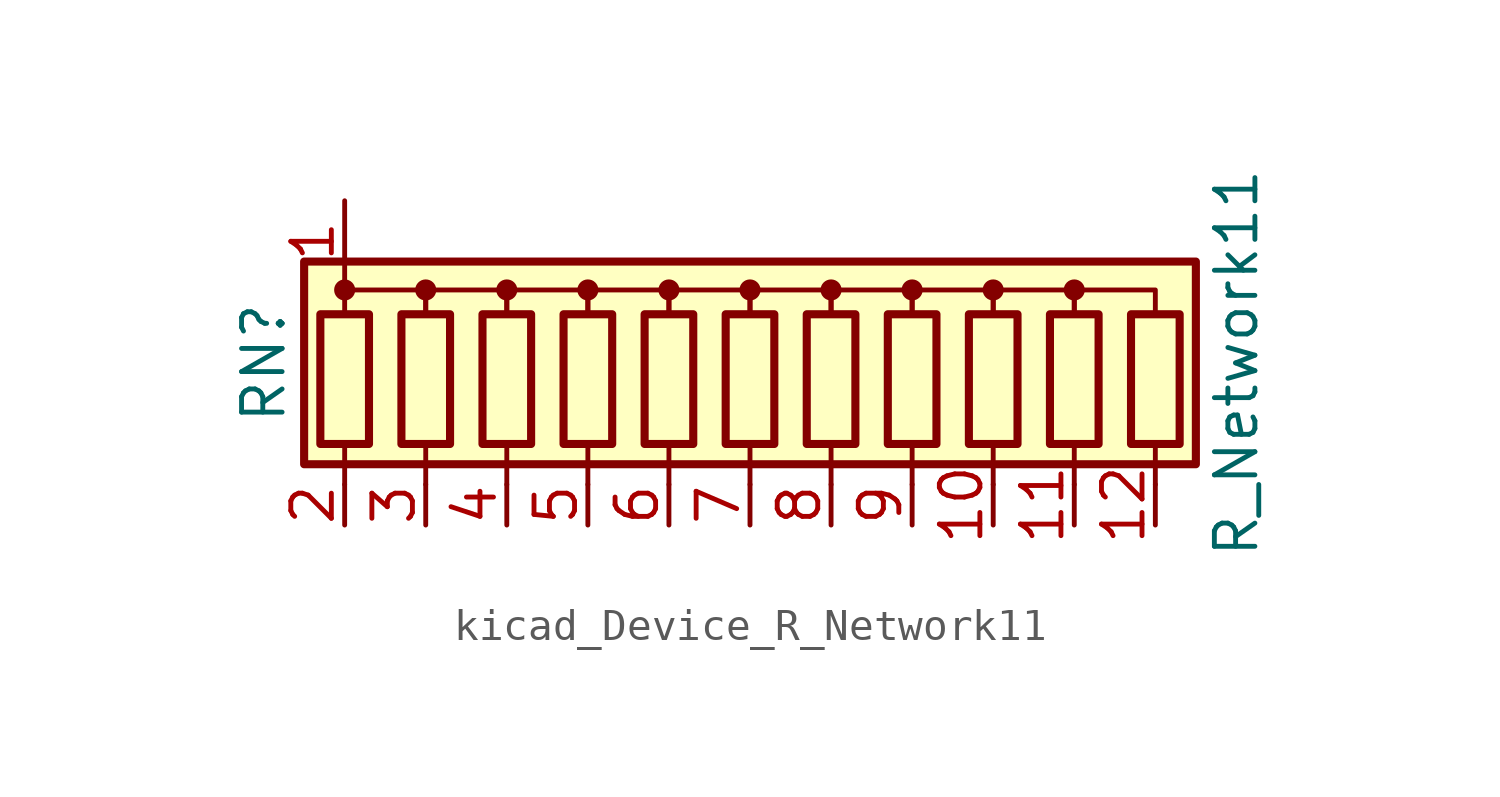
<source format=kicad_sym>
(kicad_symbol_lib
  (version 20220914)
  (generator kicad_symbol_editor)
  (symbol "kicad_Device_R_Network11"
    (pin_names
      (offset 0) hide)
    (property "Reference" "RN"
      (at -15.24 0 90)
      (effects (font (size 1.27 1.27))))
    (property "Value" "R_Network11"
      (at 15.24 0 90)
      (effects (font (size 1.27 1.27))))
    (symbol "kicad_Device_R_Network11_0_1"
      (rectangle (start -13.97 -3.175) (end 13.97 3.175) (stroke (width 0.254) (type default)) (fill (type background)))
      (rectangle (start -13.462 1.524) (end -11.938 -2.54) (stroke (width 0.254) (type default)) (fill (type none)))
      (circle (center -12.7 2.286) (radius 0.254) (stroke (width 0) (type default)) (fill (type outline)))
      (rectangle (start -10.922 1.524) (end -9.398 -2.54) (stroke (width 0.254) (type default)) (fill (type none)))
      (circle (center -10.16 2.286) (radius 0.254) (stroke (width 0) (type default)) (fill (type outline)))
      (rectangle (start -8.382 1.524) (end -6.858 -2.54) (stroke (width 0.254) (type default)) (fill (type none)))
      (circle (center -7.62 2.286) (radius 0.254) (stroke (width 0) (type default)) (fill (type outline)))
      (rectangle (start -5.842 1.524) (end -4.318 -2.54) (stroke (width 0.254) (type default)) (fill (type none)))
      (circle (center -5.08 2.286) (radius 0.254) (stroke (width 0) (type default)) (fill (type outline)))
      (rectangle (start -3.302 1.524) (end -1.778 -2.54) (stroke (width 0.254) (type default)) (fill (type none)))
      (circle (center -2.54 2.286) (radius 0.254) (stroke (width 0) (type default)) (fill (type outline)))
      (rectangle (start -0.762 1.524) (end 0.762 -2.54) (stroke (width 0.254) (type default)) (fill (type none)))
      (polyline (pts (xy -12.7 -2.54) (xy -12.7 -3.81)) (stroke (width 0) (type default)) (fill (type none)))
      (polyline (pts (xy -10.16 -2.54) (xy -10.16 -3.81)) (stroke (width 0) (type default)) (fill (type none)))
      (polyline (pts (xy -7.62 -2.54) (xy -7.62 -3.81)) (stroke (width 0) (type default)) (fill (type none)))
      (polyline (pts (xy -5.08 -2.54) (xy -5.08 -3.81)) (stroke (width 0) (type default)) (fill (type none)))
      (polyline (pts (xy -2.54 -2.54) (xy -2.54 -3.81)) (stroke (width 0) (type default)) (fill (type none)))
      (polyline (pts (xy 0 -2.54) (xy 0 -3.81)) (stroke (width 0) (type default)) (fill (type none)))
      (polyline (pts (xy 2.54 -2.54) (xy 2.54 -3.81)) (stroke (width 0) (type default)) (fill (type none)))
      (polyline (pts (xy 5.08 -2.54) (xy 5.08 -3.81)) (stroke (width 0) (type default)) (fill (type none)))
      (polyline (pts (xy 7.62 -2.54) (xy 7.62 -3.81)) (stroke (width 0) (type default)) (fill (type none)))
      (polyline (pts (xy 10.16 -2.54) (xy 10.16 -3.81)) (stroke (width 0) (type default)) (fill (type none)))
      (polyline (pts (xy 12.7 -2.54) (xy 12.7 -3.81)) (stroke (width 0) (type default)) (fill (type none)))
      (polyline (pts (xy -12.7 1.524) (xy -12.7 2.286) (xy -10.16 2.286) (xy -10.16 1.524)) (stroke (width 0) (type default)) (fill (type none)))
      (polyline (pts (xy -10.16 1.524) (xy -10.16 2.286) (xy -7.62 2.286) (xy -7.62 1.524)) (stroke (width 0) (type default)) (fill (type none)))
      (polyline (pts (xy -7.62 1.524) (xy -7.62 2.286) (xy -5.08 2.286) (xy -5.08 1.524)) (stroke (width 0) (type default)) (fill (type none)))
      (polyline (pts (xy -5.08 1.524) (xy -5.08 2.286) (xy -2.54 2.286) (xy -2.54 1.524)) (stroke (width 0) (type default)) (fill (type none)))
      (polyline (pts (xy -2.54 1.524) (xy -2.54 2.286) (xy 0 2.286) (xy 0 1.524)) (stroke (width 0) (type default)) (fill (type none)))
      (polyline (pts (xy 0 1.524) (xy 0 2.286) (xy 2.54 2.286) (xy 2.54 1.524)) (stroke (width 0) (type default)) (fill (type none)))
      (polyline (pts (xy 2.54 1.524) (xy 2.54 2.286) (xy 5.08 2.286) (xy 5.08 1.524)) (stroke (width 0) (type default)) (fill (type none)))
      (polyline (pts (xy 5.08 1.524) (xy 5.08 2.286) (xy 7.62 2.286) (xy 7.62 1.524)) (stroke (width 0) (type default)) (fill (type none)))
      (polyline (pts (xy 7.62 1.524) (xy 7.62 2.286) (xy 10.16 2.286) (xy 10.16 1.524)) (stroke (width 0) (type default)) (fill (type none)))
      (polyline (pts (xy 10.16 1.524) (xy 10.16 2.286) (xy 12.7 2.286) (xy 12.7 1.524)) (stroke (width 0) (type default)) (fill (type none)))
      (circle (center 0 2.286) (radius 0.254) (stroke (width 0) (type default)) (fill (type outline)))
      (rectangle (start 1.778 1.524) (end 3.302 -2.54) (stroke (width 0.254) (type default)) (fill (type none)))
      (circle (center 2.54 2.286) (radius 0.254) (stroke (width 0) (type default)) (fill (type outline)))
      (rectangle (start 4.318 1.524) (end 5.842 -2.54) (stroke (width 0.254) (type default)) (fill (type none)))
      (circle (center 5.08 2.286) (radius 0.254) (stroke (width 0) (type default)) (fill (type outline)))
      (rectangle (start 6.858 1.524) (end 8.382 -2.54) (stroke (width 0.254) (type default)) (fill (type none)))
      (circle (center 7.62 2.286) (radius 0.254) (stroke (width 0) (type default)) (fill (type outline)))
      (rectangle (start 9.398 1.524) (end 10.922 -2.54) (stroke (width 0.254) (type default)) (fill (type none)))
      (circle (center 10.16 2.286) (radius 0.254) (stroke (width 0) (type default)) (fill (type outline)))
      (rectangle (start 11.938 1.524) (end 13.462 -2.54) (stroke (width 0.254) (type default)) (fill (type none))))
    (symbol "kicad_Device_R_Network11_1_1"
      (pin passive line (at -12.7 5.08 270) (length 2.54) (name "common" (effects (font (size 1.27 1.27)))) (number "1" (effects (font (size 1.27 1.27)))))
      (pin passive line (at 7.62 -5.08 90) (length 1.27) (name "R9" (effects (font (size 1.27 1.27)))) (number "10" (effects (font (size 1.27 1.27)))))
      (pin passive line (at 10.16 -5.08 90) (length 1.27) (name "R10" (effects (font (size 1.27 1.27)))) (number "11" (effects (font (size 1.27 1.27)))))
      (pin passive line (at 12.7 -5.08 90) (length 1.27) (name "R11" (effects (font (size 1.27 1.27)))) (number "12" (effects (font (size 1.27 1.27)))))
      (pin passive line (at -12.7 -5.08 90) (length 1.27) (name "R1" (effects (font (size 1.27 1.27)))) (number "2" (effects (font (size 1.27 1.27)))))
      (pin passive line (at -10.16 -5.08 90) (length 1.27) (name "R2" (effects (font (size 1.27 1.27)))) (number "3" (effects (font (size 1.27 1.27)))))
      (pin passive line (at -7.62 -5.08 90) (length 1.27) (name "R3" (effects (font (size 1.27 1.27)))) (number "4" (effects (font (size 1.27 1.27)))))
      (pin passive line (at -5.08 -5.08 90) (length 1.27) (name "R4" (effects (font (size 1.27 1.27)))) (number "5" (effects (font (size 1.27 1.27)))))
      (pin passive line (at -2.54 -5.08 90) (length 1.27) (name "R5" (effects (font (size 1.27 1.27)))) (number "6" (effects (font (size 1.27 1.27)))))
      (pin passive line (at 0 -5.08 90) (length 1.27) (name "R6" (effects (font (size 1.27 1.27)))) (number "7" (effects (font (size 1.27 1.27)))))
      (pin passive line (at 2.54 -5.08 90) (length 1.27) (name "R7" (effects (font (size 1.27 1.27)))) (number "8" (effects (font (size 1.27 1.27)))))
      (pin passive line (at 5.08 -5.08 90) (length 1.27) (name "R8" (effects (font (size 1.27 1.27)))) (number "9" (effects (font (size 1.27 1.27))))))))
</source>
